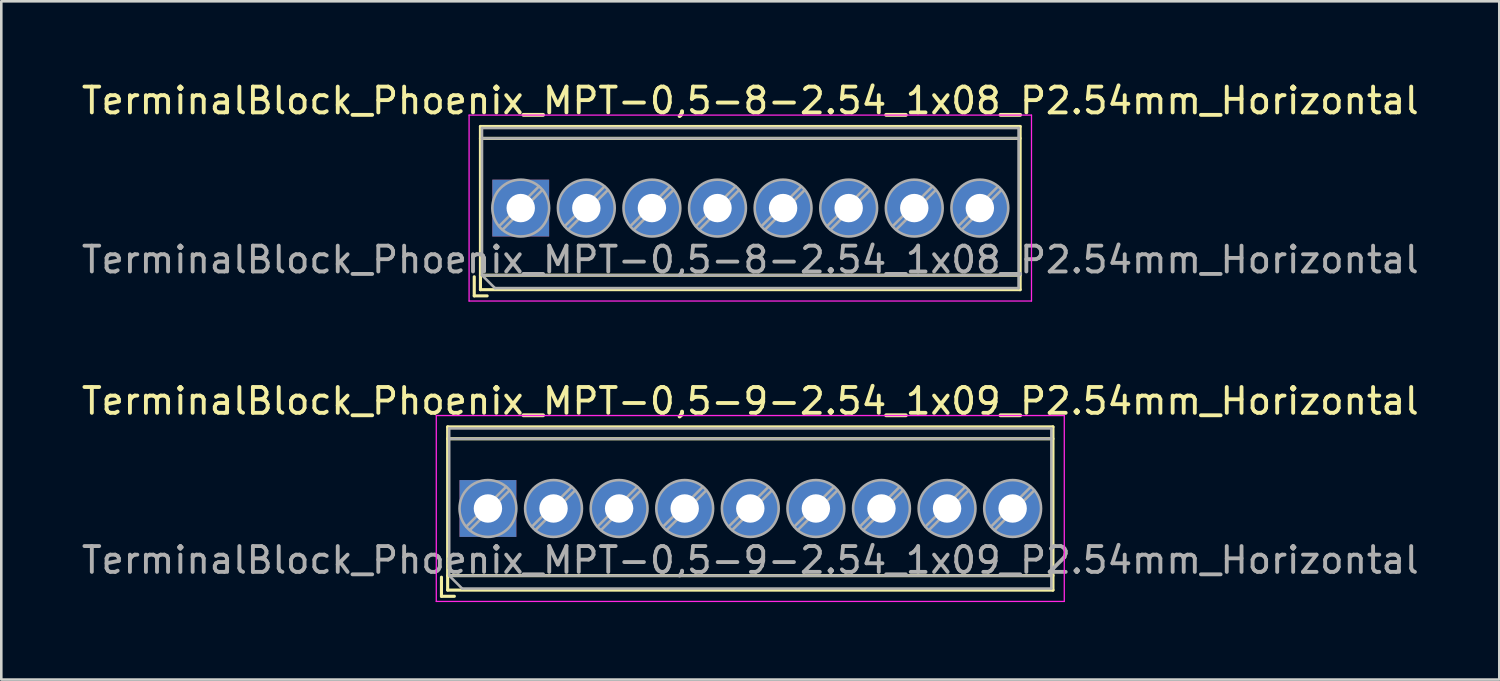
<source format=kicad_pcb>
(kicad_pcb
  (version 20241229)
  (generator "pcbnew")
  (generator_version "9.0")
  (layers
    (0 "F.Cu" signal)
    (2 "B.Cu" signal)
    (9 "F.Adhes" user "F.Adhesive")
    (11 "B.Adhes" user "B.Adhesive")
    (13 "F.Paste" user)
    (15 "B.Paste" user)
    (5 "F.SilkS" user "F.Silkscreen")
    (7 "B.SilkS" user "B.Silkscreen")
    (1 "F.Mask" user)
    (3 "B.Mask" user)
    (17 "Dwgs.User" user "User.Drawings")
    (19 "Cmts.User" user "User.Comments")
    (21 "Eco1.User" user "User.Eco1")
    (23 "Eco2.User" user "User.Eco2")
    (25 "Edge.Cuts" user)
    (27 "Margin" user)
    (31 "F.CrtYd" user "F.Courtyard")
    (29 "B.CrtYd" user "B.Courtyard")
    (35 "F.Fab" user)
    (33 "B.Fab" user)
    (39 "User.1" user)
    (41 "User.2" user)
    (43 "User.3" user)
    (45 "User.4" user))
  (footprint "TerminalBlock_Phoenix_MPT-0,5-8-2.54_1x08_P2.54mm_Horizontal"
    (layer "F.Cu")
    (at 17.116 5.008)
    (property "Reference" "TerminalBlock_Phoenix_MPT-0,5-8-2.54_1x08_P2.54mm_Horizontal" (at 8.89 -4.16 0) (layer "F.SilkS") (effects (font (size 1 1) (thickness 0.15))))
    (attr through_hole)
    (fp_line (start -1.8 2.66) (end -1.8 3.4) (stroke (width 0.12) (type solid)) (layer "F.SilkS"))
    (fp_line (start -1.8 3.4) (end -1.3 3.4) (stroke (width 0.12) (type solid)) (layer "F.SilkS"))
    (fp_line (start -1.56 -3.16) (end -1.56 3.16) (stroke (width 0.12) (type solid)) (layer "F.SilkS"))
    (fp_line (start -1.56 -3.16) (end 19.341 -3.16) (stroke (width 0.12) (type solid)) (layer "F.SilkS"))
    (fp_line (start -1.56 -2.7) (end 19.341 -2.7) (stroke (width 0.12) (type solid)) (layer "F.SilkS"))
    (fp_line (start -1.56 2.6) (end 19.341 2.6) (stroke (width 0.12) (type solid)) (layer "F.SilkS"))
    (fp_line (start -1.56 3.16) (end 19.341 3.16) (stroke (width 0.12) (type solid)) (layer "F.SilkS"))
    (fp_line (start 19.341 -3.16) (end 19.341 3.16) (stroke (width 0.12) (type solid)) (layer "F.SilkS"))
    (fp_line (start -2 -3.6) (end -2 3.6) (stroke (width 0.05) (type solid)) (layer "F.CrtYd"))
    (fp_line (start -2 3.6) (end 19.78 3.6) (stroke (width 0.05) (type solid)) (layer "F.CrtYd"))
    (fp_line (start 19.78 -3.6) (end -2 -3.6) (stroke (width 0.05) (type solid)) (layer "F.CrtYd"))
    (fp_line (start 19.78 3.6) (end 19.78 -3.6) (stroke (width 0.05) (type solid)) (layer "F.CrtYd"))
    (fp_line (start -1.5 -3.1) (end 19.28 -3.1) (stroke (width 0.1) (type solid)) (layer "F.Fab"))
    (fp_line (start -1.5 -2.7) (end 19.28 -2.7) (stroke (width 0.1) (type solid)) (layer "F.Fab"))
    (fp_line (start -1.5 2.6) (end -1.5 -3.1) (stroke (width 0.1) (type solid)) (layer "F.Fab"))
    (fp_line (start -1.5 2.6) (end 19.28 2.6) (stroke (width 0.1) (type solid)) (layer "F.Fab"))
    (fp_line (start -1 3.1) (end -1.5 2.6) (stroke (width 0.1) (type solid)) (layer "F.Fab"))
    (fp_line (start 0.701 -0.835) (end -0.835 0.7) (stroke (width 0.1) (type solid)) (layer "F.Fab"))
    (fp_line (start 0.835 -0.7) (end -0.701 0.835) (stroke (width 0.1) (type solid)) (layer "F.Fab"))
    (fp_line (start 3.241 -0.835) (end 1.706 0.7) (stroke (width 0.1) (type solid)) (layer "F.Fab"))
    (fp_line (start 3.375 -0.7) (end 1.84 0.835) (stroke (width 0.1) (type solid)) (layer "F.Fab"))
    (fp_line (start 5.781 -0.835) (end 4.246 0.7) (stroke (width 0.1) (type solid)) (layer "F.Fab"))
    (fp_line (start 5.915 -0.7) (end 4.38 0.835) (stroke (width 0.1) (type solid)) (layer "F.Fab"))
    (fp_line (start 8.321 -0.835) (end 6.786 0.7) (stroke (width 0.1) (type solid)) (layer "F.Fab"))
    (fp_line (start 8.455 -0.7) (end 6.92 0.835) (stroke (width 0.1) (type solid)) (layer "F.Fab"))
    (fp_line (start 10.861 -0.835) (end 9.326 0.7) (stroke (width 0.1) (type solid)) (layer "F.Fab"))
    (fp_line (start 10.995 -0.7) (end 9.46 0.835) (stroke (width 0.1) (type solid)) (layer "F.Fab"))
    (fp_line (start 13.401 -0.835) (end 11.866 0.7) (stroke (width 0.1) (type solid)) (layer "F.Fab"))
    (fp_line (start 13.535 -0.7) (end 12 0.835) (stroke (width 0.1) (type solid)) (layer "F.Fab"))
    (fp_line (start 15.941 -0.835) (end 14.406 0.7) (stroke (width 0.1) (type solid)) (layer "F.Fab"))
    (fp_line (start 16.075 -0.7) (end 14.54 0.835) (stroke (width 0.1) (type solid)) (layer "F.Fab"))
    (fp_line (start 18.481 -0.835) (end 16.946 0.7) (stroke (width 0.1) (type solid)) (layer "F.Fab"))
    (fp_line (start 18.615 -0.7) (end 17.08 0.835) (stroke (width 0.1) (type solid)) (layer "F.Fab"))
    (fp_line (start 19.28 -3.1) (end 19.28 3.1) (stroke (width 0.1) (type solid)) (layer "F.Fab"))
    (fp_line (start 19.28 3.1) (end -1 3.1) (stroke (width 0.1) (type solid)) (layer "F.Fab"))
    (fp_circle (center 0 0) (end 1.1 0) (stroke (width 0.1) (type solid)) (fill no) (layer "F.Fab"))
    (fp_circle (center 2.54 0) (end 3.64 0) (stroke (width 0.1) (type solid)) (fill no) (layer "F.Fab"))
    (fp_circle (center 5.08 0) (end 6.18 0) (stroke (width 0.1) (type solid)) (fill no) (layer "F.Fab"))
    (fp_circle (center 7.62 0) (end 8.72 0) (stroke (width 0.1) (type solid)) (fill no) (layer "F.Fab"))
    (fp_circle (center 10.16 0) (end 11.26 0) (stroke (width 0.1) (type solid)) (fill no) (layer "F.Fab"))
    (fp_circle (center 12.7 0) (end 13.8 0) (stroke (width 0.1) (type solid)) (fill no) (layer "F.Fab"))
    (fp_circle (center 15.24 0) (end 16.34 0) (stroke (width 0.1) (type solid)) (fill no) (layer "F.Fab"))
    (fp_circle (center 17.78 0) (end 18.88 0) (stroke (width 0.1) (type solid)) (fill no) (layer "F.Fab"))
    (fp_text user "${REFERENCE}" (at 8.89 2 0) (layer "F.Fab") (effects (font (size 1 1) (thickness 0.15))))
    (pad "1" thru_hole rect (at 0 0) (size 2.2 2.2) (drill 1.1) (layers "*.Cu" "*.Mask"))
    (pad "2" thru_hole circle (at 2.54 0) (size 2.2 2.2) (drill 1.1) (layers "*.Cu" "*.Mask"))
    (pad "3" thru_hole circle (at 5.08 0) (size 2.2 2.2) (drill 1.1) (layers "*.Cu" "*.Mask"))
    (pad "4" thru_hole circle (at 7.62 0) (size 2.2 2.2) (drill 1.1) (layers "*.Cu" "*.Mask"))
    (pad "5" thru_hole circle (at 10.16 0) (size 2.2 2.2) (drill 1.1) (layers "*.Cu" "*.Mask"))
    (pad "6" thru_hole circle (at 12.7 0) (size 2.2 2.2) (drill 1.1) (layers "*.Cu" "*.Mask"))
    (pad "7" thru_hole circle (at 15.24 0) (size 2.2 2.2) (drill 1.1) (layers "*.Cu" "*.Mask"))
    (pad "8" thru_hole circle (at 17.78 0) (size 2.2 2.2) (drill 1.1) (layers "*.Cu" "*.Mask")))
  (footprint "TerminalBlock_Phoenix_MPT-0,5-9-2.54_1x09_P2.54mm_Horizontal"
    (layer "F.Cu")
    (at 15.846 16.642)
    (property "Reference" "TerminalBlock_Phoenix_MPT-0,5-9-2.54_1x09_P2.54mm_Horizontal" (at 10.16 -4.16 0) (layer "F.SilkS") (effects (font (size 1 1) (thickness 0.15))))
    (attr through_hole)
    (fp_line (start -1.8 2.66) (end -1.8 3.4) (stroke (width 0.12) (type solid)) (layer "F.SilkS"))
    (fp_line (start -1.8 3.4) (end -1.3 3.4) (stroke (width 0.12) (type solid)) (layer "F.SilkS"))
    (fp_line (start -1.56 -3.16) (end -1.56 3.16) (stroke (width 0.12) (type solid)) (layer "F.SilkS"))
    (fp_line (start -1.56 -3.16) (end 21.881 -3.16) (stroke (width 0.12) (type solid)) (layer "F.SilkS"))
    (fp_line (start -1.56 -2.7) (end 21.881 -2.7) (stroke (width 0.12) (type solid)) (layer "F.SilkS"))
    (fp_line (start -1.56 2.6) (end 21.881 2.6) (stroke (width 0.12) (type solid)) (layer "F.SilkS"))
    (fp_line (start -1.56 3.16) (end 21.881 3.16) (stroke (width 0.12) (type solid)) (layer "F.SilkS"))
    (fp_line (start 21.881 -3.16) (end 21.881 3.16) (stroke (width 0.12) (type solid)) (layer "F.SilkS"))
    (fp_line (start -2 -3.6) (end -2 3.6) (stroke (width 0.05) (type solid)) (layer "F.CrtYd"))
    (fp_line (start -2 3.6) (end 22.32 3.6) (stroke (width 0.05) (type solid)) (layer "F.CrtYd"))
    (fp_line (start 22.32 -3.6) (end -2 -3.6) (stroke (width 0.05) (type solid)) (layer "F.CrtYd"))
    (fp_line (start 22.32 3.6) (end 22.32 -3.6) (stroke (width 0.05) (type solid)) (layer "F.CrtYd"))
    (fp_line (start -1.5 -3.1) (end 21.82 -3.1) (stroke (width 0.1) (type solid)) (layer "F.Fab"))
    (fp_line (start -1.5 -2.7) (end 21.82 -2.7) (stroke (width 0.1) (type solid)) (layer "F.Fab"))
    (fp_line (start -1.5 2.6) (end -1.5 -3.1) (stroke (width 0.1) (type solid)) (layer "F.Fab"))
    (fp_line (start -1.5 2.6) (end 21.82 2.6) (stroke (width 0.1) (type solid)) (layer "F.Fab"))
    (fp_line (start -1 3.1) (end -1.5 2.6) (stroke (width 0.1) (type solid)) (layer "F.Fab"))
    (fp_line (start 0.701 -0.835) (end -0.835 0.7) (stroke (width 0.1) (type solid)) (layer "F.Fab"))
    (fp_line (start 0.835 -0.7) (end -0.701 0.835) (stroke (width 0.1) (type solid)) (layer "F.Fab"))
    (fp_line (start 3.241 -0.835) (end 1.706 0.7) (stroke (width 0.1) (type solid)) (layer "F.Fab"))
    (fp_line (start 3.375 -0.7) (end 1.84 0.835) (stroke (width 0.1) (type solid)) (layer "F.Fab"))
    (fp_line (start 5.781 -0.835) (end 4.246 0.7) (stroke (width 0.1) (type solid)) (layer "F.Fab"))
    (fp_line (start 5.915 -0.7) (end 4.38 0.835) (stroke (width 0.1) (type solid)) (layer "F.Fab"))
    (fp_line (start 8.321 -0.835) (end 6.786 0.7) (stroke (width 0.1) (type solid)) (layer "F.Fab"))
    (fp_line (start 8.455 -0.7) (end 6.92 0.835) (stroke (width 0.1) (type solid)) (layer "F.Fab"))
    (fp_line (start 10.861 -0.835) (end 9.326 0.7) (stroke (width 0.1) (type solid)) (layer "F.Fab"))
    (fp_line (start 10.995 -0.7) (end 9.46 0.835) (stroke (width 0.1) (type solid)) (layer "F.Fab"))
    (fp_line (start 13.401 -0.835) (end 11.866 0.7) (stroke (width 0.1) (type solid)) (layer "F.Fab"))
    (fp_line (start 13.535 -0.7) (end 12 0.835) (stroke (width 0.1) (type solid)) (layer "F.Fab"))
    (fp_line (start 15.941 -0.835) (end 14.406 0.7) (stroke (width 0.1) (type solid)) (layer "F.Fab"))
    (fp_line (start 16.075 -0.7) (end 14.54 0.835) (stroke (width 0.1) (type solid)) (layer "F.Fab"))
    (fp_line (start 18.481 -0.835) (end 16.946 0.7) (stroke (width 0.1) (type solid)) (layer "F.Fab"))
    (fp_line (start 18.615 -0.7) (end 17.08 0.835) (stroke (width 0.1) (type solid)) (layer "F.Fab"))
    (fp_line (start 21.021 -0.835) (end 19.486 0.7) (stroke (width 0.1) (type solid)) (layer "F.Fab"))
    (fp_line (start 21.155 -0.7) (end 19.62 0.835) (stroke (width 0.1) (type solid)) (layer "F.Fab"))
    (fp_line (start 21.82 -3.1) (end 21.82 3.1) (stroke (width 0.1) (type solid)) (layer "F.Fab"))
    (fp_line (start 21.82 3.1) (end -1 3.1) (stroke (width 0.1) (type solid)) (layer "F.Fab"))
    (fp_circle (center 0 0) (end 1.1 0) (stroke (width 0.1) (type solid)) (fill no) (layer "F.Fab"))
    (fp_circle (center 2.54 0) (end 3.64 0) (stroke (width 0.1) (type solid)) (fill no) (layer "F.Fab"))
    (fp_circle (center 5.08 0) (end 6.18 0) (stroke (width 0.1) (type solid)) (fill no) (layer "F.Fab"))
    (fp_circle (center 7.62 0) (end 8.72 0) (stroke (width 0.1) (type solid)) (fill no) (layer "F.Fab"))
    (fp_circle (center 10.16 0) (end 11.26 0) (stroke (width 0.1) (type solid)) (fill no) (layer "F.Fab"))
    (fp_circle (center 12.7 0) (end 13.8 0) (stroke (width 0.1) (type solid)) (fill no) (layer "F.Fab"))
    (fp_circle (center 15.24 0) (end 16.34 0) (stroke (width 0.1) (type solid)) (fill no) (layer "F.Fab"))
    (fp_circle (center 17.78 0) (end 18.88 0) (stroke (width 0.1) (type solid)) (fill no) (layer "F.Fab"))
    (fp_circle (center 20.32 0) (end 21.42 0) (stroke (width 0.1) (type solid)) (fill no) (layer "F.Fab"))
    (fp_text user "${REFERENCE}" (at 10.16 2 0) (layer "F.Fab") (effects (font (size 1 1) (thickness 0.15))))
    (pad "1" thru_hole rect (at 0 0) (size 2.2 2.2) (drill 1.1) (layers "*.Cu" "*.Mask"))
    (pad "2" thru_hole circle (at 2.54 0) (size 2.2 2.2) (drill 1.1) (layers "*.Cu" "*.Mask"))
    (pad "3" thru_hole circle (at 5.08 0) (size 2.2 2.2) (drill 1.1) (layers "*.Cu" "*.Mask"))
    (pad "4" thru_hole circle (at 7.62 0) (size 2.2 2.2) (drill 1.1) (layers "*.Cu" "*.Mask"))
    (pad "5" thru_hole circle (at 10.16 0) (size 2.2 2.2) (drill 1.1) (layers "*.Cu" "*.Mask"))
    (pad "6" thru_hole circle (at 12.7 0) (size 2.2 2.2) (drill 1.1) (layers "*.Cu" "*.Mask"))
    (pad "7" thru_hole circle (at 15.24 0) (size 2.2 2.2) (drill 1.1) (layers "*.Cu" "*.Mask"))
    (pad "8" thru_hole circle (at 17.78 0) (size 2.2 2.2) (drill 1.1) (layers "*.Cu" "*.Mask"))
    (pad "9" thru_hole circle (at 20.32 0) (size 2.2 2.2) (drill 1.1) (layers "*.Cu" "*.Mask")))
  (gr_rect
    (start -3 -3)
    (end 55.012 23.267)
    (stroke (width 0.1) (type default))
    (fill no)
    (layer "Edge.Cuts")))
</source>
